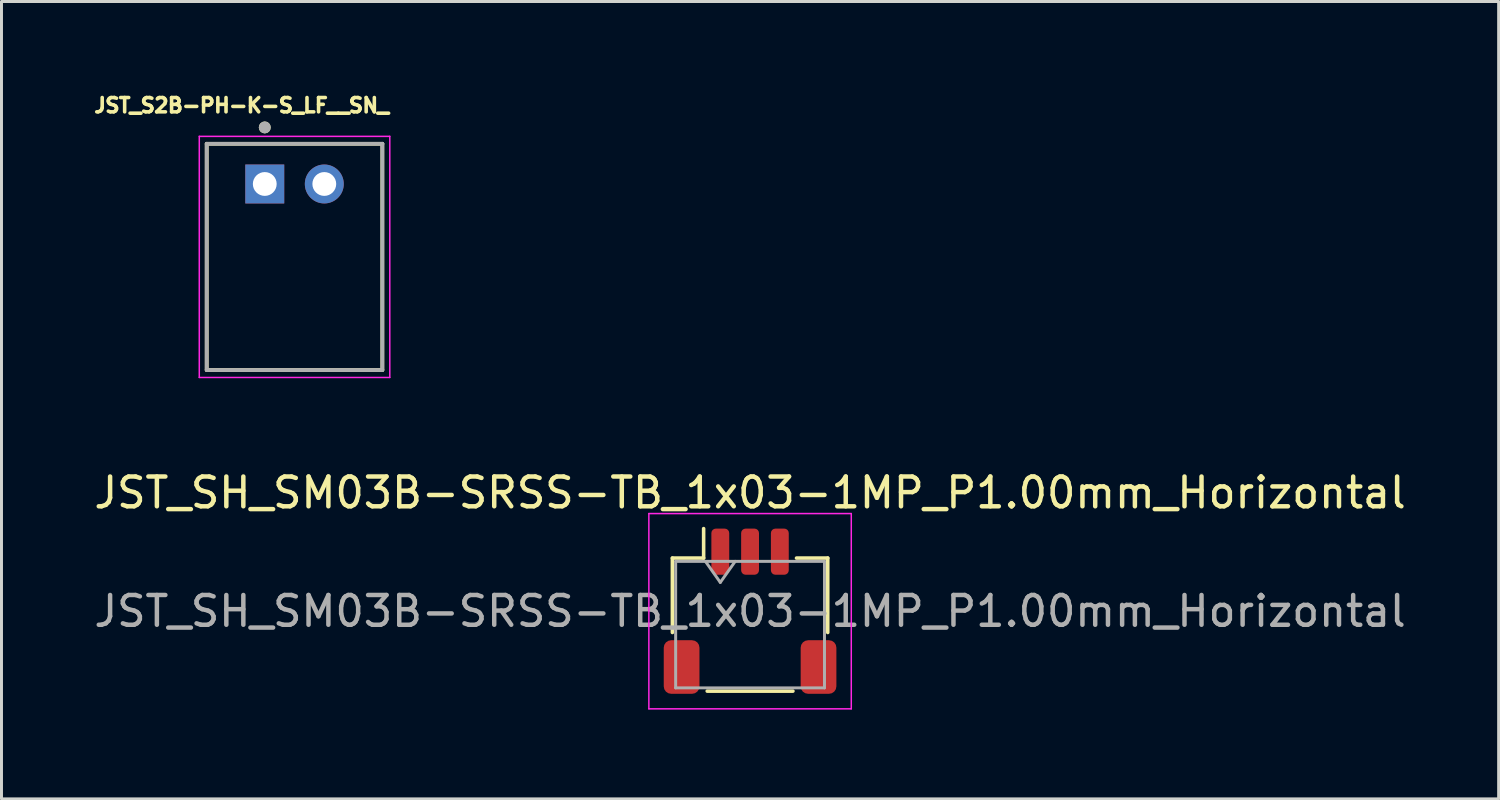
<source format=kicad_pcb>
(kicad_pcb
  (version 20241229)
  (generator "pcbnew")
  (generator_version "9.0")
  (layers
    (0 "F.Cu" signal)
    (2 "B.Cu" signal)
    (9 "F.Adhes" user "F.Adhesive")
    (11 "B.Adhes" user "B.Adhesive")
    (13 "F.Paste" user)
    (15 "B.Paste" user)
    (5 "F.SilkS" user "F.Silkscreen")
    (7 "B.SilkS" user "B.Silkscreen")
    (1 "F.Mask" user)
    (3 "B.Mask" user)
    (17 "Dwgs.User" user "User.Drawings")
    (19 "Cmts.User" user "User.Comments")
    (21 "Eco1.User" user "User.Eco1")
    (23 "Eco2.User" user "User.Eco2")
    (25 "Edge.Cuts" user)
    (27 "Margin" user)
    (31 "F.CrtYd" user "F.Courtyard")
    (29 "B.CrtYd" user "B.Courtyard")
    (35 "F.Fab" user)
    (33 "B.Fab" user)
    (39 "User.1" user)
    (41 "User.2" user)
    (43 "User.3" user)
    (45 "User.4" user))
  (footprint "JST_S2B-PH-K-S_LF__SN_"
    (layer "F.Cu")
    (at 6.845 3.131)
    (property "Reference" "JST_S2B-PH-K-S_LF__SN_" (at -1.776 -2.64 0) (layer "F.SilkS") (effects (font (size 0.48 0.48) (thickness 0.15))))
    (attr through_hole)
    (fp_line (start -2.95 -1.35) (end 2.95 -1.35) (stroke (width 0.127) (type solid)) (layer "F.SilkS"))
    (fp_line (start -2.95 6.25) (end -2.95 -1.35) (stroke (width 0.127) (type solid)) (layer "F.SilkS"))
    (fp_line (start 2.95 -1.35) (end 2.95 6.25) (stroke (width 0.127) (type solid)) (layer "F.SilkS"))
    (fp_line (start 2.95 6.25) (end -2.95 6.25) (stroke (width 0.127) (type solid)) (layer "F.SilkS"))
    (fp_circle (center -1 -1.9) (end -0.9 -1.9) (stroke (width 0.2) (type solid)) (fill no) (layer "F.SilkS"))
    (fp_line (start -3.2 -1.6) (end 3.2 -1.6) (stroke (width 0.05) (type solid)) (layer "F.CrtYd"))
    (fp_line (start -3.2 6.5) (end -3.2 -1.6) (stroke (width 0.05) (type solid)) (layer "F.CrtYd"))
    (fp_line (start 3.2 -1.6) (end 3.2 6.5) (stroke (width 0.05) (type solid)) (layer "F.CrtYd"))
    (fp_line (start 3.2 6.5) (end -3.2 6.5) (stroke (width 0.05) (type solid)) (layer "F.CrtYd"))
    (fp_line (start -2.95 -1.35) (end 2.95 -1.35) (stroke (width 0.127) (type solid)) (layer "F.Fab"))
    (fp_line (start -2.95 6.25) (end -2.95 -1.35) (stroke (width 0.127) (type solid)) (layer "F.Fab"))
    (fp_line (start 2.95 -1.35) (end 2.95 6.25) (stroke (width 0.127) (type solid)) (layer "F.Fab"))
    (fp_line (start 2.95 6.25) (end -2.95 6.25) (stroke (width 0.127) (type solid)) (layer "F.Fab"))
    (fp_circle (center -1 -1.9) (end -0.9 -1.9) (stroke (width 0.2) (type solid)) (fill no) (layer "F.Fab"))
    (pad "1" thru_hole rect (at -1 0) (size 1.308 1.308) (drill 0.8) (layers "*.Cu" "*.Mask"))
    (pad "2" thru_hole circle (at 1 0) (size 1.308 1.308) (drill 0.8) (layers "*.Cu" "*.Mask")))
  (footprint "JST_SH_SM03B-SRSS-TB_1x03-1MP_P1.00mm_Horizontal"
    (layer "F.Cu")
    (at 22.149 17.484)
    (property "Reference" "JST_SH_SM03B-SRSS-TB_1x03-1MP_P1.00mm_Horizontal" (at 0 -3.98 0) (layer "F.SilkS") (effects (font (size 1 1) (thickness 0.15))))
    (attr smd)
    (fp_line (start -2.61 -1.785) (end -1.56 -1.785) (stroke (width 0.12) (type solid)) (layer "F.SilkS"))
    (fp_line (start -2.61 0.715) (end -2.61 -1.785) (stroke (width 0.12) (type solid)) (layer "F.SilkS"))
    (fp_line (start -1.56 -1.785) (end -1.56 -2.775) (stroke (width 0.12) (type solid)) (layer "F.SilkS"))
    (fp_line (start -1.44 2.685) (end 1.44 2.685) (stroke (width 0.12) (type solid)) (layer "F.SilkS"))
    (fp_line (start 2.61 -1.785) (end 1.56 -1.785) (stroke (width 0.12) (type solid)) (layer "F.SilkS"))
    (fp_line (start 2.61 0.715) (end 2.61 -1.785) (stroke (width 0.12) (type solid)) (layer "F.SilkS"))
    (fp_line (start -3.4 -3.28) (end -3.4 3.28) (stroke (width 0.05) (type solid)) (layer "F.CrtYd"))
    (fp_line (start -3.4 3.28) (end 3.4 3.28) (stroke (width 0.05) (type solid)) (layer "F.CrtYd"))
    (fp_line (start 3.4 -3.28) (end -3.4 -3.28) (stroke (width 0.05) (type solid)) (layer "F.CrtYd"))
    (fp_line (start 3.4 3.28) (end 3.4 -3.28) (stroke (width 0.05) (type solid)) (layer "F.CrtYd"))
    (fp_line (start -2.5 -1.675) (end -2.5 2.575) (stroke (width 0.1) (type solid)) (layer "F.Fab"))
    (fp_line (start -2.5 -1.675) (end 2.5 -1.675) (stroke (width 0.1) (type solid)) (layer "F.Fab"))
    (fp_line (start -2.5 2.575) (end 2.5 2.575) (stroke (width 0.1) (type solid)) (layer "F.Fab"))
    (fp_line (start -1.5 -1.675) (end -1 -0.968) (stroke (width 0.1) (type solid)) (layer "F.Fab"))
    (fp_line (start -1 -0.968) (end -0.5 -1.675) (stroke (width 0.1) (type solid)) (layer "F.Fab"))
    (fp_line (start 2.5 -1.675) (end 2.5 2.575) (stroke (width 0.1) (type solid)) (layer "F.Fab"))
    (fp_text user "${REFERENCE}" (at 0 0 0) (layer "F.Fab") (effects (font (size 1 1) (thickness 0.15))))
    (pad "1" smd roundrect (at -1 -2) (size 0.6 1.55) (layers "F.Cu" "F.Mask" "F.Paste") (roundrect_rratio 0.25))
    (pad "2" smd roundrect (at 0 -2) (size 0.6 1.55) (layers "F.Cu" "F.Mask" "F.Paste") (roundrect_rratio 0.25))
    (pad "3" smd roundrect (at 1 -2) (size 0.6 1.55) (layers "F.Cu" "F.Mask" "F.Paste") (roundrect_rratio 0.25))
    (pad "MP" smd roundrect (at -2.3 1.875) (size 1.2 1.8) (layers "F.Cu" "F.Mask" "F.Paste") (roundrect_rratio 0.208))
    (pad "MP" smd roundrect (at 2.3 1.875) (size 1.2 1.8) (layers "F.Cu" "F.Mask" "F.Paste") (roundrect_rratio 0.208)))
  (gr_rect
    (start -3 -3)
    (end 47.298 23.789)
    (stroke (width 0.1) (type default))
    (fill no)
    (layer "Edge.Cuts")))
</source>
